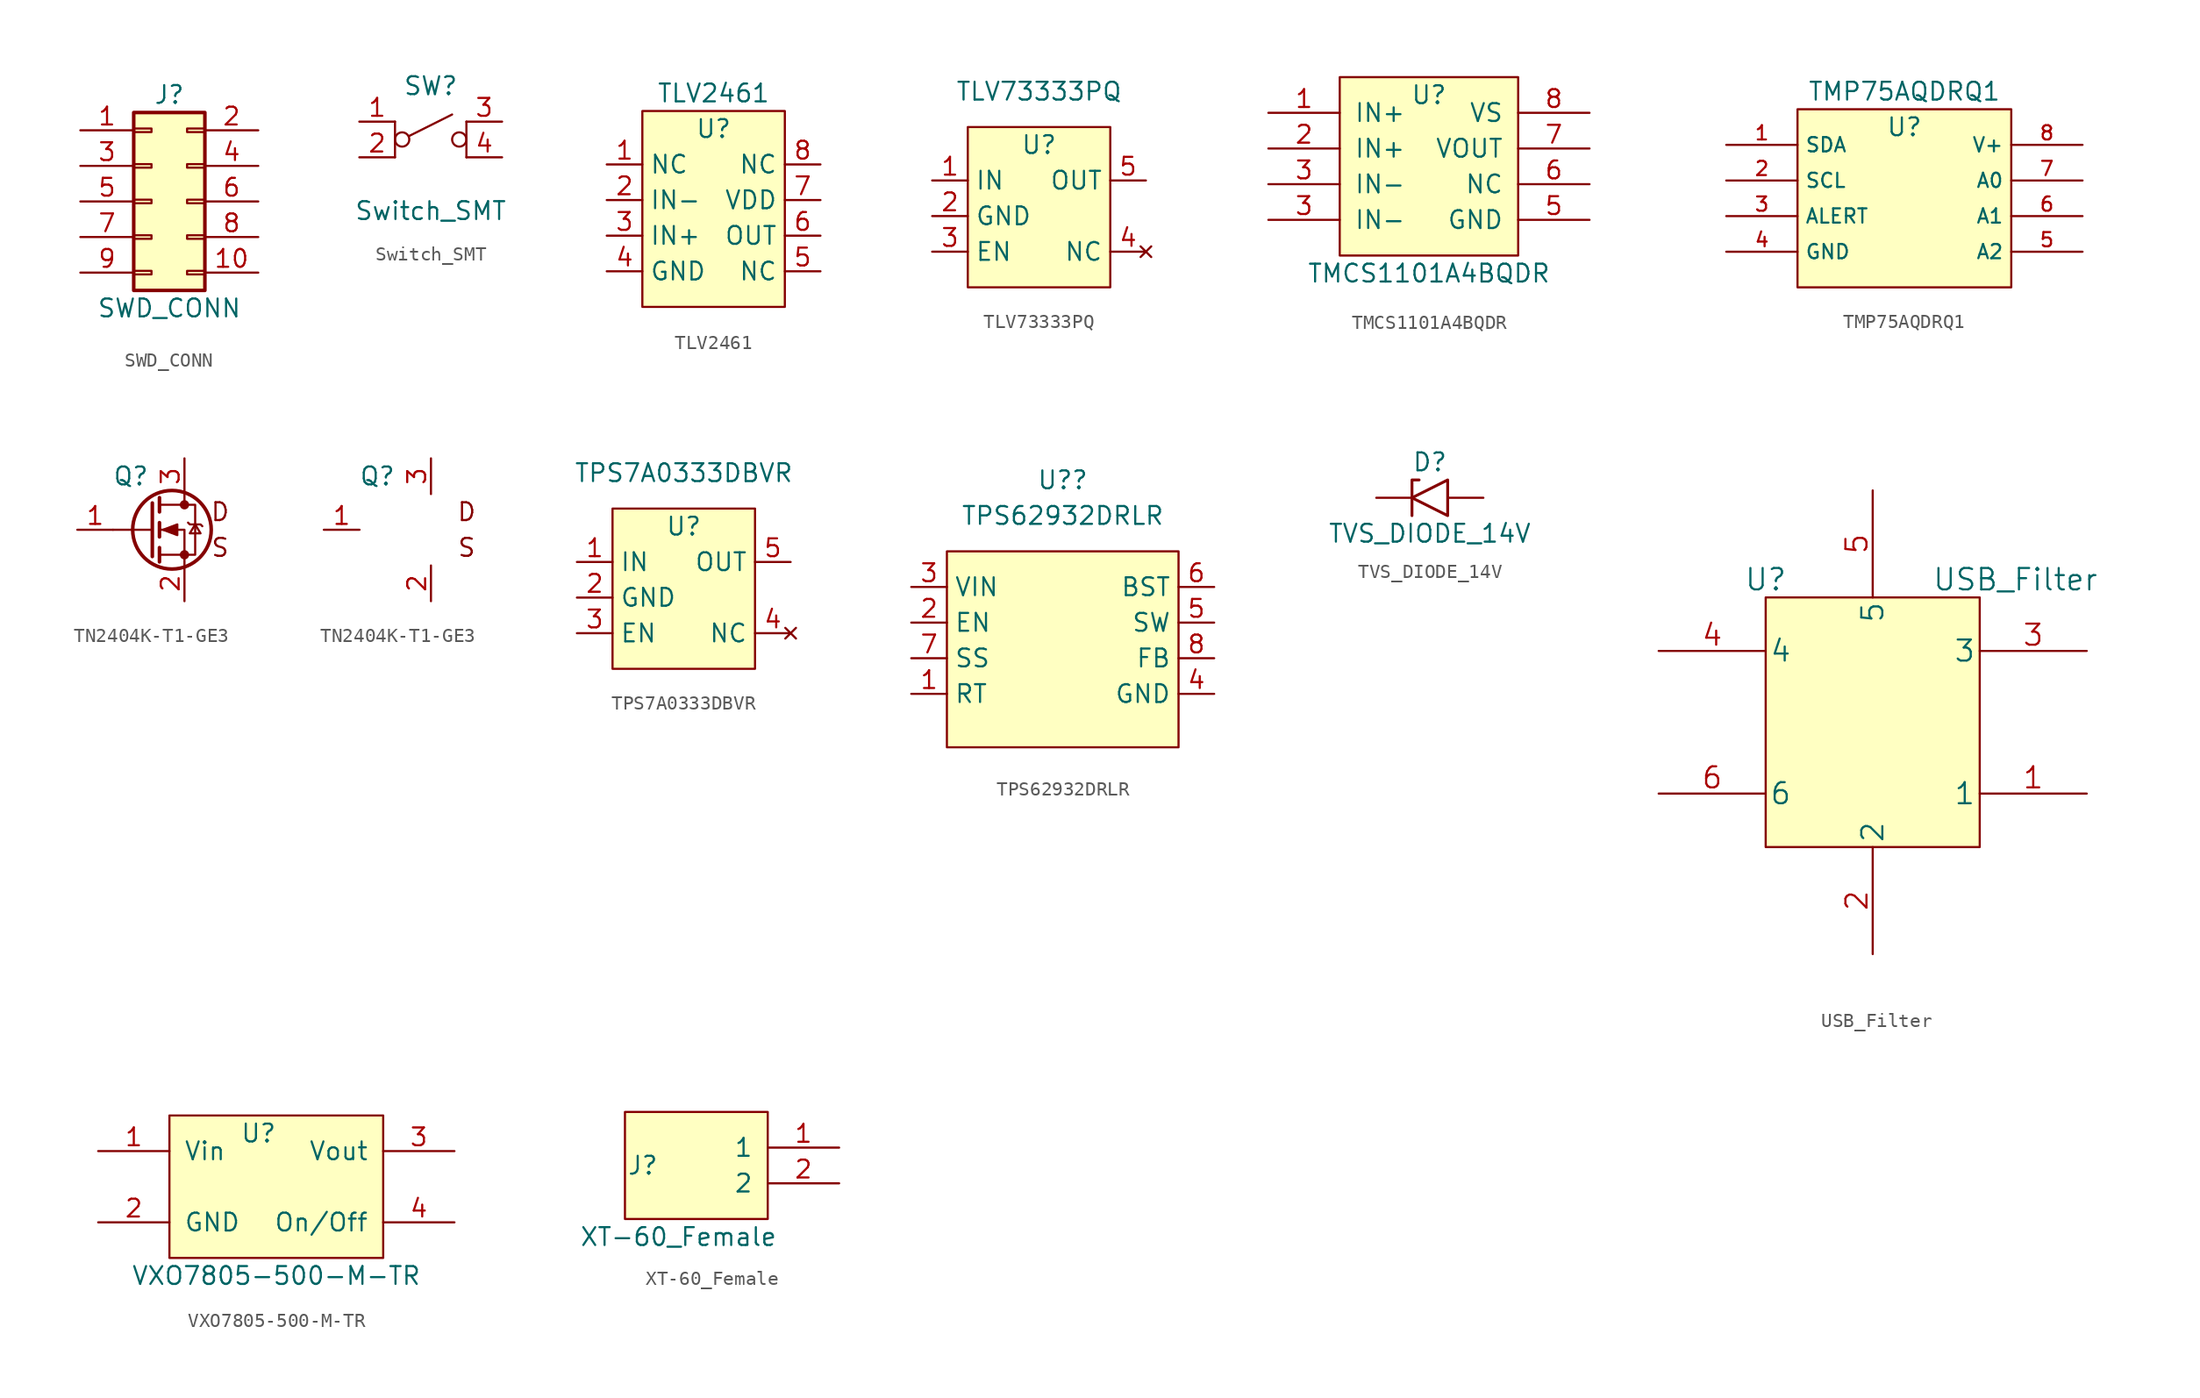
<source format=kicad_sym>
(kicad_symbol_lib
  (version 20211014)
  (generator kicad_symbol_editor)
  (symbol "SWD_CONN"
    (pin_names
      (offset 1.016) hide)
    (property "Reference" "J"
      (at 1.27 7.62 0)
      (effects (font (size 1.27 1.27))))
    (property "Value" "SWD_CONN"
      (at 1.27 -7.62 0)
      (effects (font (size 1.27 1.27))))
    (symbol "SWD_CONN_1_1"
      (rectangle (start -1.27 -4.953) (end 0 -5.207) (stroke (width 0.152) (type default) (color 0 0 0 0)) (fill (type none)))
      (rectangle (start -1.27 -2.413) (end 0 -2.667) (stroke (width 0.152) (type default) (color 0 0 0 0)) (fill (type none)))
      (rectangle (start -1.27 0.127) (end 0 -0.127) (stroke (width 0.152) (type default) (color 0 0 0 0)) (fill (type none)))
      (rectangle (start -1.27 2.667) (end 0 2.413) (stroke (width 0.152) (type default) (color 0 0 0 0)) (fill (type none)))
      (rectangle (start -1.27 5.207) (end 0 4.953) (stroke (width 0.152) (type default) (color 0 0 0 0)) (fill (type none)))
      (rectangle (start -1.27 6.35) (end 3.81 -6.35) (stroke (width 0.254) (type default) (color 0 0 0 0)) (fill (type background)))
      (rectangle (start 3.81 -4.953) (end 2.54 -5.207) (stroke (width 0.152) (type default) (color 0 0 0 0)) (fill (type none)))
      (rectangle (start 3.81 -2.413) (end 2.54 -2.667) (stroke (width 0.152) (type default) (color 0 0 0 0)) (fill (type none)))
      (rectangle (start 3.81 0.127) (end 2.54 -0.127) (stroke (width 0.152) (type default) (color 0 0 0 0)) (fill (type none)))
      (rectangle (start 3.81 2.667) (end 2.54 2.413) (stroke (width 0.152) (type default) (color 0 0 0 0)) (fill (type none)))
      (rectangle (start 3.81 5.207) (end 2.54 4.953) (stroke (width 0.152) (type default) (color 0 0 0 0)) (fill (type none)))
      (pin passive line (at -5.08 5.08 0) (length 3.81) (name "Pin_1" (effects (font (size 1.27 1.27)))) (number "1" (effects (font (size 1.27 1.27)))))
      (pin passive line (at 7.62 -5.08 180) (length 3.81) (name "Pin_10" (effects (font (size 1.27 1.27)))) (number "10" (effects (font (size 1.27 1.27)))))
      (pin passive line (at 7.62 5.08 180) (length 3.81) (name "Pin_2" (effects (font (size 1.27 1.27)))) (number "2" (effects (font (size 1.27 1.27)))))
      (pin passive line (at -5.08 2.54 0) (length 3.81) (name "Pin_3" (effects (font (size 1.27 1.27)))) (number "3" (effects (font (size 1.27 1.27)))))
      (pin passive line (at 7.62 2.54 180) (length 3.81) (name "Pin_4" (effects (font (size 1.27 1.27)))) (number "4" (effects (font (size 1.27 1.27)))))
      (pin passive line (at -5.08 0 0) (length 3.81) (name "Pin_5" (effects (font (size 1.27 1.27)))) (number "5" (effects (font (size 1.27 1.27)))))
      (pin passive line (at 7.62 0 180) (length 3.81) (name "Pin_6" (effects (font (size 1.27 1.27)))) (number "6" (effects (font (size 1.27 1.27)))))
      (pin passive line (at -5.08 -2.54 0) (length 3.81) (name "Pin_7" (effects (font (size 1.27 1.27)))) (number "7" (effects (font (size 1.27 1.27)))))
      (pin passive line (at 7.62 -2.54 180) (length 3.81) (name "Pin_8" (effects (font (size 1.27 1.27)))) (number "8" (effects (font (size 1.27 1.27)))))
      (pin passive line (at -5.08 -5.08 0) (length 3.81) (name "Pin_9" (effects (font (size 1.27 1.27)))) (number "9" (effects (font (size 1.27 1.27)))))))
  (symbol "Switch_SMT"
    (pin_names
      (offset 0) hide)
    (property "Reference" "SW"
      (at 0 3.81 0)
      (effects (font (size 1.27 1.27))))
    (property "Value" "Switch_SMT"
      (at 0 -5.08 0)
      (effects (font (size 1.27 1.27))))
    (symbol "Switch_SMT_0_0"
      (circle (center -2.032 0) (radius 0.508) (stroke (width 0) (type default) (color 0 0 0 0)) (fill (type none)))
      (polyline (pts (xy -1.524 0.254) (xy 1.524 1.778)) (stroke (width 0) (type default) (color 0 0 0 0)) (fill (type none)))
      (circle (center 2.032 0) (radius 0.508) (stroke (width 0) (type default) (color 0 0 0 0)) (fill (type none))))
    (symbol "Switch_SMT_0_1"
      (polyline (pts (xy -2.54 1.27) (xy -2.54 -1.27)) (stroke (width 0) (type default) (color 0 0 0 0)) (fill (type none)))
      (polyline (pts (xy 2.54 1.27) (xy 2.54 -1.27)) (stroke (width 0) (type default) (color 0 0 0 0)) (fill (type none))))
    (symbol "Switch_SMT_1_1"
      (pin passive line (at -5.08 1.27 0) (length 2.54) (name "A" (effects (font (size 1.27 1.27)))) (number "1" (effects (font (size 1.27 1.27)))))
      (pin passive line (at -5.08 -1.27 0) (length 2.54) (name "A" (effects (font (size 1.27 1.27)))) (number "2" (effects (font (size 1.27 1.27)))))
      (pin passive line (at 5.08 1.27 180) (length 2.54) (name "B" (effects (font (size 1.27 1.27)))) (number "3" (effects (font (size 1.27 1.27)))))
      (pin passive line (at 5.08 -1.27 180) (length 2.54) (name "B" (effects (font (size 1.27 1.27)))) (number "4" (effects (font (size 1.27 1.27)))))))
  (symbol "TLV2461"
    (property "Reference" "U"
      (at -1.27 0 0)
      (effects (font (size 1.27 1.27))))
    (property "Value" "TLV2461"
      (at -1.27 2.54 0)
      (effects (font (size 1.27 1.27))))
    (symbol "TLV2461_0_1"
      (rectangle (start -6.35 1.27) (end 3.81 -12.7) (stroke (width 0) (type default) (color 0 0 0 0)) (fill (type background))))
    (symbol "TLV2461_1_1"
      (pin input line (at -8.89 -2.54 0) (length 2.54) (name "NC" (effects (font (size 1.27 1.27)))) (number "1" (effects (font (size 1.27 1.27)))))
      (pin input line (at -8.89 -5.08 0) (length 2.54) (name "IN-" (effects (font (size 1.27 1.27)))) (number "2" (effects (font (size 1.27 1.27)))))
      (pin input line (at -8.89 -7.62 0) (length 2.54) (name "IN+" (effects (font (size 1.27 1.27)))) (number "3" (effects (font (size 1.27 1.27)))))
      (pin input line (at -8.89 -10.16 0) (length 2.54) (name "GND" (effects (font (size 1.27 1.27)))) (number "4" (effects (font (size 1.27 1.27)))))
      (pin input line (at 6.35 -10.16 180) (length 2.54) (name "NC" (effects (font (size 1.27 1.27)))) (number "5" (effects (font (size 1.27 1.27)))))
      (pin input line (at 6.35 -7.62 180) (length 2.54) (name "OUT" (effects (font (size 1.27 1.27)))) (number "6" (effects (font (size 1.27 1.27)))))
      (pin input line (at 6.35 -5.08 180) (length 2.54) (name "VDD" (effects (font (size 1.27 1.27)))) (number "7" (effects (font (size 1.27 1.27)))))
      (pin input line (at 6.35 -2.54 180) (length 2.54) (name "NC" (effects (font (size 1.27 1.27)))) (number "8" (effects (font (size 1.27 1.27)))))))
  (symbol "TLV73333PQ"
    (property "Reference" "U"
      (at 0 0 0)
      (effects (font (size 1.27 1.27))))
    (property "Value" "TLV73333PQ"
      (at 0 3.81 0)
      (effects (font (size 1.27 1.27))))
    (symbol "TLV73333PQ_0_1"
      (rectangle (start -5.08 1.27) (end 5.08 -10.16) (stroke (width 0) (type default) (color 0 0 0 0)) (fill (type background))))
    (symbol "TLV73333PQ_1_1"
      (pin input line (at -7.62 -2.54 0) (length 2.54) (name "IN" (effects (font (size 1.27 1.27)))) (number "1" (effects (font (size 1.27 1.27)))))
      (pin input line (at -7.62 -5.08 0) (length 2.54) (name "GND" (effects (font (size 1.27 1.27)))) (number "2" (effects (font (size 1.27 1.27)))))
      (pin input line (at -7.62 -7.62 0) (length 2.54) (name "EN" (effects (font (size 1.27 1.27)))) (number "3" (effects (font (size 1.27 1.27)))))
      (pin no_connect line (at 7.62 -7.62 180) (length 2.54) (name "NC" (effects (font (size 1.27 1.27)))) (number "4" (effects (font (size 1.27 1.27)))))
      (pin input line (at 7.62 -2.54 180) (length 2.54) (name "OUT" (effects (font (size 1.27 1.27)))) (number "5" (effects (font (size 1.27 1.27)))))))
  (symbol "TMCS1101A4BQDR"
    (pin_names
      (offset 1.016))
    (property "Reference" "U"
      (at 3.81 0 0)
      (effects (font (size 1.27 1.27))))
    (property "Value" "TMCS1101A4BQDR"
      (at 3.81 -12.7 0)
      (effects (font (size 1.27 1.27))))
    (symbol "TMCS1101A4BQDR_0_1"
      (rectangle (start -2.54 1.27) (end 10.16 -11.43) (stroke (width 0) (type default) (color 0 0 0 0)) (fill (type background))))
    (symbol "TMCS1101A4BQDR_1_1"
      (pin input line (at -7.62 -1.27 0) (length 5.08) (name "IN+" (effects (font (size 1.27 1.27)))) (number "1" (effects (font (size 1.27 1.27)))))
      (pin input line (at -7.62 -3.81 0) (length 5.08) (name "IN+" (effects (font (size 1.27 1.27)))) (number "2" (effects (font (size 1.27 1.27)))))
      (pin input line (at -7.62 -8.89 0) (length 5.08) (name "IN-" (effects (font (size 1.27 1.27)))) (number "3" (effects (font (size 1.27 1.27)))))
      (pin input line (at -7.62 -6.35 0) (length 5.08) (name "IN-" (effects (font (size 1.27 1.27)))) (number "3" (effects (font (size 1.27 1.27)))))
      (pin input line (at 15.24 -8.89 180) (length 5.08) (name "GND" (effects (font (size 1.27 1.27)))) (number "5" (effects (font (size 1.27 1.27)))))
      (pin input line (at 15.24 -6.35 180) (length 5.08) (name "NC" (effects (font (size 1.27 1.27)))) (number "6" (effects (font (size 1.27 1.27)))))
      (pin input line (at 15.24 -3.81 180) (length 5.08) (name "VOUT" (effects (font (size 1.27 1.27)))) (number "7" (effects (font (size 1.27 1.27)))))
      (pin input line (at 15.24 -1.27 180) (length 5.08) (name "VS" (effects (font (size 1.27 1.27)))) (number "8" (effects (font (size 1.27 1.27)))))))
  (symbol "TMP75AQDRQ1"
    (property "Reference" "U"
      (at 0 0 0)
      (effects (font (size 1.27 1.27))))
    (property "Value" "TMP75AQDRQ1"
      (at 0 2.54 0)
      (effects (font (size 1.27 1.27))))
    (symbol "TMP75AQDRQ1_0_0"
      (pin bidirectional line (at -12.7 -1.27 0) (length 5.08) (name "SDA" (effects (font (size 1.016 1.016)))) (number "1" (effects (font (size 1.016 1.016)))))
      (pin bidirectional line (at -12.7 -3.81 0) (length 5.08) (name "SCL" (effects (font (size 1.016 1.016)))) (number "2" (effects (font (size 1.016 1.016)))))
      (pin bidirectional line (at -12.7 -6.35 0) (length 5.08) (name "ALERT" (effects (font (size 1.016 1.016)))) (number "3" (effects (font (size 1.016 1.016)))))
      (pin bidirectional line (at -12.7 -8.89 0) (length 5.08) (name "GND" (effects (font (size 1.016 1.016)))) (number "4" (effects (font (size 1.016 1.016)))))
      (pin bidirectional line (at 12.7 -8.89 180) (length 5.08) (name "A2" (effects (font (size 1.016 1.016)))) (number "5" (effects (font (size 1.016 1.016)))))
      (pin bidirectional line (at 12.7 -6.35 180) (length 5.08) (name "A1" (effects (font (size 1.016 1.016)))) (number "6" (effects (font (size 1.016 1.016)))))
      (pin bidirectional line (at 12.7 -3.81 180) (length 5.08) (name "A0" (effects (font (size 1.016 1.016)))) (number "7" (effects (font (size 1.016 1.016)))))
      (pin bidirectional line (at 12.7 -1.27 180) (length 5.08) (name "V+" (effects (font (size 1.016 1.016)))) (number "8" (effects (font (size 1.016 1.016))))))
    (symbol "TMP75AQDRQ1_0_1"
      (rectangle (start -7.62 1.27) (end 7.62 -11.43) (stroke (width 0) (type default) (color 0 0 0 0)) (fill (type background)))))
  (symbol "TN2404K-T1-GE3"
    (pin_names
      (offset 1.016))
    (property "Reference" "Q"
      (at -3.81 3.81 0)
      (effects (font (size 1.27 1.27))))
    (symbol "TN2404K-T1-GE3_0_0"
      (text "D" (at 2.54 1.27 0) (effects (font (size 1.27 1.27))))
      (text "S" (at 2.54 -1.27 0) (effects (font (size 1.27 1.27)))))
    (symbol "TN2404K-T1-GE3_1_1"
      (circle (center -0.889 0) (radius 2.794) (stroke (width 0.254) (type default) (color 0 0 0 0)) (fill (type none)))
      (circle (center 0 -1.778) (radius 0.254) (stroke (width 0) (type default) (color 0 0 0 0)) (fill (type outline)))
      (polyline (pts (xy -2.286 0) (xy -5.08 0)) (stroke (width 0) (type default) (color 0 0 0 0)) (fill (type none)))
      (polyline (pts (xy -2.286 1.905) (xy -2.286 -1.905)) (stroke (width 0.254) (type default) (color 0 0 0 0)) (fill (type none)))
      (polyline (pts (xy -1.778 -1.27) (xy -1.778 -2.286)) (stroke (width 0.254) (type default) (color 0 0 0 0)) (fill (type none)))
      (polyline (pts (xy -1.778 0.508) (xy -1.778 -0.508)) (stroke (width 0.254) (type default) (color 0 0 0 0)) (fill (type none)))
      (polyline (pts (xy -1.778 2.286) (xy -1.778 1.27)) (stroke (width 0.254) (type default) (color 0 0 0 0)) (fill (type none)))
      (polyline (pts (xy 0 2.54) (xy 0 1.778)) (stroke (width 0) (type default) (color 0 0 0 0)) (fill (type none)))
      (polyline (pts (xy 0 -2.54) (xy 0 0) (xy -1.778 0)) (stroke (width 0) (type default) (color 0 0 0 0)) (fill (type none)))
      (polyline (pts (xy -1.778 -1.778) (xy 0.762 -1.778) (xy 0.762 1.778) (xy -1.778 1.778)) (stroke (width 0) (type default) (color 0 0 0 0)) (fill (type none)))
      (polyline (pts (xy -1.524 0) (xy -0.508 0.381) (xy -0.508 -0.381) (xy -1.524 0)) (stroke (width 0) (type default) (color 0 0 0 0)) (fill (type outline)))
      (polyline (pts (xy 0.254 0.508) (xy 0.381 0.381) (xy 1.143 0.381) (xy 1.27 0.254)) (stroke (width 0) (type default) (color 0 0 0 0)) (fill (type none)))
      (polyline (pts (xy 0.762 0.381) (xy 0.381 -0.254) (xy 1.143 -0.254) (xy 0.762 0.381)) (stroke (width 0) (type default) (color 0 0 0 0)) (fill (type none)))
      (circle (center 0 1.778) (radius 0.254) (stroke (width 0) (type default) (color 0 0 0 0)) (fill (type outline)))
      (pin input line (at -7.62 0 0) (length 2.54) (name "~" (effects (font (size 1.27 1.27)))) (number "1" (effects (font (size 1.27 1.27)))))
      (pin passive line (at 0 -5.08 90) (length 2.54) (name "~" (effects (font (size 1.27 1.27)))) (number "2" (effects (font (size 1.27 1.27)))))
      (pin passive line (at 0 5.08 270) (length 2.54) (name "~" (effects (font (size 1.27 1.27)))) (number "3" (effects (font (size 1.27 1.27))))))
    (symbol "TN2404K-T1-GE3_1_2"
      (pin input line (at -7.62 0 0) (length 2.54) (name "~" (effects (font (size 1.27 1.27)))) (number "1" (effects (font (size 1.27 1.27)))))
      (pin passive line (at 0 -5.08 90) (length 2.54) (name "~" (effects (font (size 1.27 1.27)))) (number "2" (effects (font (size 1.27 1.27)))))
      (pin passive line (at 0 5.08 270) (length 2.54) (name "~" (effects (font (size 1.27 1.27)))) (number "3" (effects (font (size 1.27 1.27)))))))
  (symbol "TPS7A0333DBVR"
    (property "Reference" "U"
      (at 0 0 0)
      (effects (font (size 1.27 1.27))))
    (property "Value" "TPS7A0333DBVR"
      (at 0 3.81 0)
      (effects (font (size 1.27 1.27))))
    (symbol "TPS7A0333DBVR_0_1"
      (rectangle (start -5.08 1.27) (end 5.08 -10.16) (stroke (width 0) (type default) (color 0 0 0 0)) (fill (type background))))
    (symbol "TPS7A0333DBVR_1_1"
      (pin input line (at -7.62 -2.54 0) (length 2.54) (name "IN" (effects (font (size 1.27 1.27)))) (number "1" (effects (font (size 1.27 1.27)))))
      (pin input line (at -7.62 -5.08 0) (length 2.54) (name "GND" (effects (font (size 1.27 1.27)))) (number "2" (effects (font (size 1.27 1.27)))))
      (pin input line (at -7.62 -7.62 0) (length 2.54) (name "EN" (effects (font (size 1.27 1.27)))) (number "3" (effects (font (size 1.27 1.27)))))
      (pin no_connect line (at 7.62 -7.62 180) (length 2.54) (name "NC" (effects (font (size 1.27 1.27)))) (number "4" (effects (font (size 1.27 1.27)))))
      (pin input line (at 7.62 -2.54 180) (length 2.54) (name "OUT" (effects (font (size 1.27 1.27)))) (number "5" (effects (font (size 1.27 1.27)))))))
  (symbol "TPS62932DRLR"
    (property "Reference" "U?"
      (at 0.635 5.08 0)
      (effects (font (size 1.27 1.27))))
    (property "Value" "TPS62932DRLR"
      (at 0.635 2.54 0)
      (effects (font (size 1.27 1.27))))
    (symbol "TPS62932DRLR_0_1"
      (rectangle (start -7.62 0) (end 8.89 -13.97) (stroke (width 0) (type default) (color 0 0 0 0)) (fill (type background))))
    (symbol "TPS62932DRLR_1_1"
      (pin input line (at -10.16 -10.16 0) (length 2.54) (name "RT" (effects (font (size 1.27 1.27)))) (number "1" (effects (font (size 1.27 1.27)))))
      (pin input line (at -10.16 -5.08 0) (length 2.54) (name "EN" (effects (font (size 1.27 1.27)))) (number "2" (effects (font (size 1.27 1.27)))))
      (pin input line (at -10.16 -2.54 0) (length 2.54) (name "VIN" (effects (font (size 1.27 1.27)))) (number "3" (effects (font (size 1.27 1.27)))))
      (pin input line (at 11.43 -10.16 180) (length 2.54) (name "GND" (effects (font (size 1.27 1.27)))) (number "4" (effects (font (size 1.27 1.27)))))
      (pin input line (at 11.43 -5.08 180) (length 2.54) (name "SW" (effects (font (size 1.27 1.27)))) (number "5" (effects (font (size 1.27 1.27)))))
      (pin input line (at 11.43 -2.54 180) (length 2.54) (name "BST" (effects (font (size 1.27 1.27)))) (number "6" (effects (font (size 1.27 1.27)))))
      (pin input line (at -10.16 -7.62 0) (length 2.54) (name "SS" (effects (font (size 1.27 1.27)))) (number "7" (effects (font (size 1.27 1.27)))))
      (pin input line (at 11.43 -7.62 180) (length 2.54) (name "FB" (effects (font (size 1.27 1.27)))) (number "8" (effects (font (size 1.27 1.27)))))))
  (symbol "TVS_DIODE_14V"
    (pin_numbers hide)
    (pin_names
      (offset 1.016) hide)
    (property "Reference" "D"
      (at 0 2.54 0)
      (effects (font (size 1.27 1.27))))
    (property "Value" "TVS_DIODE_14V"
      (at 0 -2.54 0)
      (effects (font (size 1.27 1.27))))
    (symbol "TVS_DIODE_14V_0_1"
      (polyline (pts (xy -0.762 1.27) (xy -1.27 1.27) (xy -1.27 -1.27)) (stroke (width 0.203) (type default) (color 0 0 0 0)) (fill (type none)))
      (polyline (pts (xy 1.27 1.27) (xy 1.27 -1.27) (xy -1.27 0) (xy 1.27 1.27)) (stroke (width 0.203) (type default) (color 0 0 0 0)) (fill (type none))))
    (symbol "TVS_DIODE_14V_1_1"
      (pin passive line (at -3.81 0 0) (length 2.54) (name "A1" (effects (font (size 1.27 1.27)))) (number "1" (effects (font (size 1.27 1.27)))))
      (pin passive line (at 3.81 0 180) (length 2.54) (name "A2" (effects (font (size 1.27 1.27)))) (number "2" (effects (font (size 1.27 1.27)))))))
  (symbol "USB_Filter"
    (pin_names
      (offset 0.254))
    (property "Reference" "U"
      (at 11.43 7.62 0)
      (effects (font (size 1.524 1.524))))
    (property "Value" "USB_Filter"
      (at 29.21 7.62 0)
      (effects (font (size 1.524 1.524))))
    (symbol "USB_Filter_1_1"
      (rectangle (start 11.43 -11.43) (end 26.67 6.35) (stroke (width 0) (type default) (color 0 0 0 0)) (fill (type background)))
      (pin unspecified line (at 34.29 -7.62 180) (length 7.62) (name "1" (effects (font (size 1.499 1.499)))) (number "1" (effects (font (size 1.499 1.499)))))
      (pin unspecified line (at 19.05 -19.05 90) (length 7.62) (name "2" (effects (font (size 1.499 1.499)))) (number "2" (effects (font (size 1.499 1.499)))))
      (pin unspecified line (at 34.29 2.54 180) (length 7.62) (name "3" (effects (font (size 1.499 1.499)))) (number "3" (effects (font (size 1.499 1.499)))))
      (pin unspecified line (at 3.81 2.54 0) (length 7.62) (name "4" (effects (font (size 1.499 1.499)))) (number "4" (effects (font (size 1.499 1.499)))))
      (pin unspecified line (at 19.05 13.97 270) (length 7.62) (name "5" (effects (font (size 1.499 1.499)))) (number "5" (effects (font (size 1.499 1.499)))))
      (pin unspecified line (at 3.81 -7.62 0) (length 7.62) (name "6" (effects (font (size 1.499 1.499)))) (number "6" (effects (font (size 1.499 1.499)))))))
  (symbol "VXO7805-500-M-TR"
    (pin_names
      (offset 1.016))
    (property "Reference" "U"
      (at 0 1.27 0)
      (effects (font (size 1.27 1.27))))
    (property "Value" "VXO7805-500-M-TR"
      (at 1.27 -8.89 0)
      (effects (font (size 1.27 1.27))))
    (symbol "VXO7805-500-M-TR_0_1"
      (rectangle (start -6.35 2.54) (end 8.89 -7.62) (stroke (width 0) (type default) (color 0 0 0 0)) (fill (type background))))
    (symbol "VXO7805-500-M-TR_1_1"
      (pin input line (at -11.43 0 0) (length 5.08) (name "Vin" (effects (font (size 1.27 1.27)))) (number "1" (effects (font (size 1.27 1.27)))))
      (pin input line (at -11.43 -5.08 0) (length 5.08) (name "GND" (effects (font (size 1.27 1.27)))) (number "2" (effects (font (size 1.27 1.27)))))
      (pin input line (at 13.97 0 180) (length 5.08) (name "Vout" (effects (font (size 1.27 1.27)))) (number "3" (effects (font (size 1.27 1.27)))))
      (pin input line (at 13.97 -5.08 180) (length 5.08) (name "On/Off" (effects (font (size 1.27 1.27)))) (number "4" (effects (font (size 1.27 1.27)))))))
  (symbol "XT-60_Female"
    (pin_names
      (offset 1.016))
    (property "Reference" "J"
      (at -8.89 -3.81 0)
      (effects (font (size 1.27 1.27))))
    (property "Value" "XT-60_Female"
      (at -6.35 -8.89 0)
      (effects (font (size 1.27 1.27))))
    (symbol "XT-60_Female_0_1"
      (rectangle (start 0 -7.62) (end -10.16 0) (stroke (width 0) (type default) (color 0 0 0 0)) (fill (type background))))
    (symbol "XT-60_Female_1_1"
      (pin input line (at 5.08 -2.54 180) (length 5.08) (name "1" (effects (font (size 1.27 1.27)))) (number "1" (effects (font (size 1.27 1.27)))))
      (pin input line (at 5.08 -5.08 180) (length 5.08) (name "2" (effects (font (size 1.27 1.27)))) (number "2" (effects (font (size 1.27 1.27))))))))
</source>
